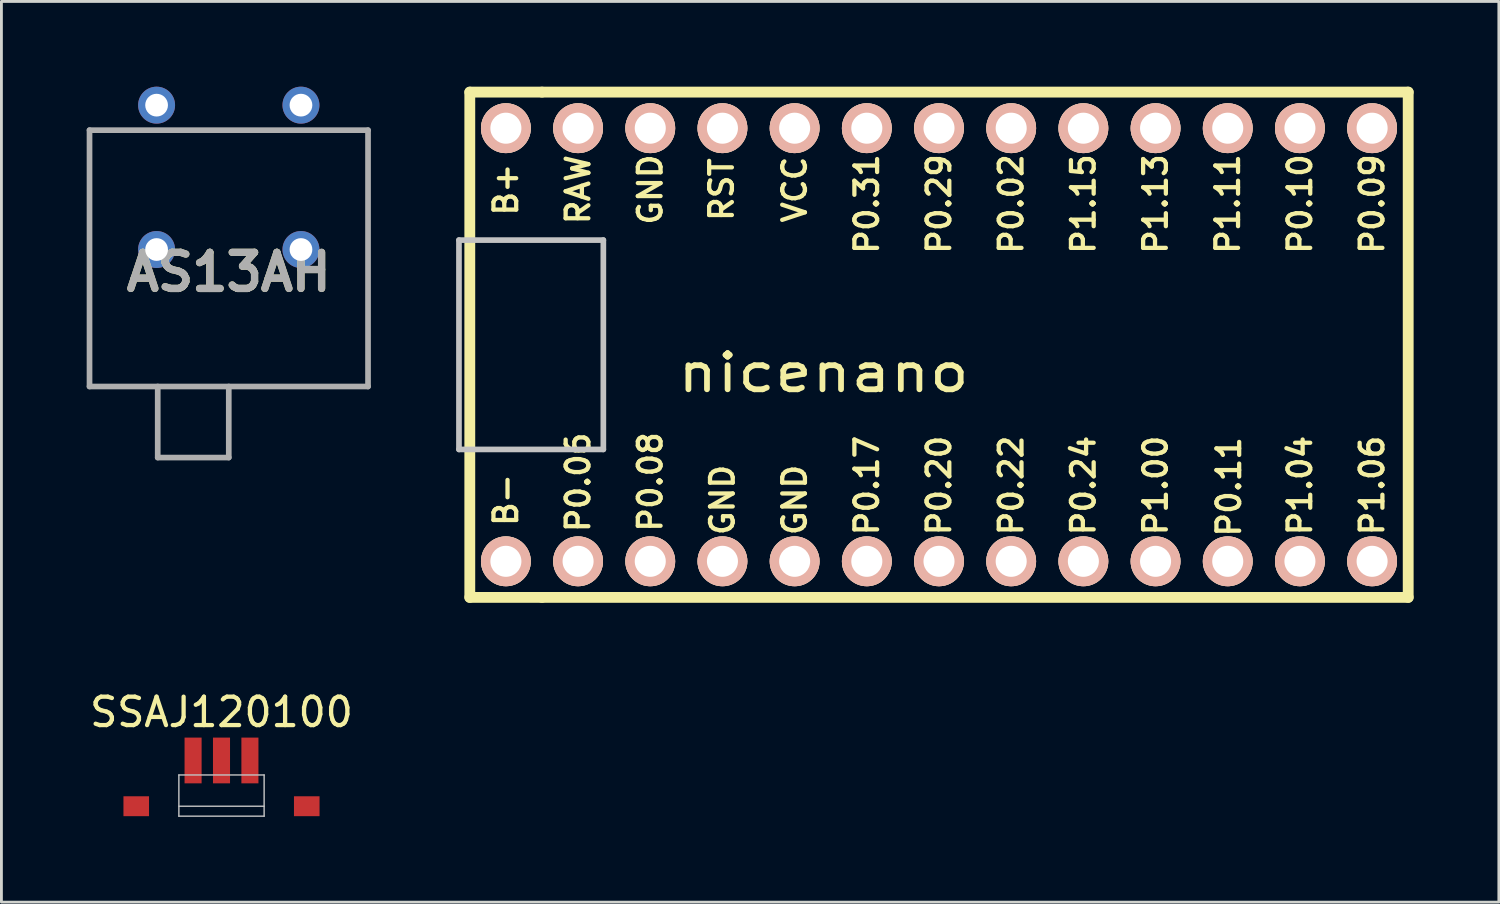
<source format=kicad_pcb>
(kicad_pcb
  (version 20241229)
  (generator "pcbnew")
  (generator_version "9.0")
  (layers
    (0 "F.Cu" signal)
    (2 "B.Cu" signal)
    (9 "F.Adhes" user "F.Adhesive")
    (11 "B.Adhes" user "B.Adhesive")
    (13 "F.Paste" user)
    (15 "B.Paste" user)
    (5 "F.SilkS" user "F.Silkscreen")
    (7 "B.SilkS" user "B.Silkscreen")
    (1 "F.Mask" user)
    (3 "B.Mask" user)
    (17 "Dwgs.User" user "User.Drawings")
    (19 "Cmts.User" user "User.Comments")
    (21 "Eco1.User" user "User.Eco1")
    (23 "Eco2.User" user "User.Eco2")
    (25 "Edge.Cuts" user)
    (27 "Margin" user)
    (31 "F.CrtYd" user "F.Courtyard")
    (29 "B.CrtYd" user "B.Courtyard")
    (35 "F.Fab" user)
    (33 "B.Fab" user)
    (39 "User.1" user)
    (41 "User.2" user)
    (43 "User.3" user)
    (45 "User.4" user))
  (footprint "nicenano"
    (layer "F.Cu")
    (at 31.261 9.081)
    (property "Reference" "nicenano" (at -5.334 0.99 0) (layer "F.SilkS") (effects (font (size 1.27 1.524) (thickness 0.203))))
    (attr through_hole)
    (fp_line (start -17.78 -8.89) (end -17.78 8.89) (stroke (width 0.381) (type solid)) (layer "F.SilkS"))
    (fp_line (start -17.78 8.89) (end -15.24 8.89) (stroke (width 0.381) (type solid)) (layer "F.SilkS"))
    (fp_line (start -15.24 -8.89) (end -17.78 -8.89) (stroke (width 0.381) (type solid)) (layer "F.SilkS"))
    (fp_line (start -15.24 8.89) (end 15.24 8.89) (stroke (width 0.381) (type solid)) (layer "F.SilkS"))
    (fp_line (start 15.24 -8.89) (end -15.24 -8.89) (stroke (width 0.381) (type solid)) (layer "F.SilkS"))
    (fp_line (start 15.24 8.89) (end 15.24 -8.89) (stroke (width 0.381) (type solid)) (layer "F.SilkS"))
    (fp_line (start -18.161 -3.683) (end -13.081 -3.683) (stroke (width 0.2) (type solid)) (layer "Dwgs.User"))
    (fp_line (start -18.161 3.683) (end -18.161 -3.683) (stroke (width 0.2) (type solid)) (layer "Dwgs.User"))
    (fp_line (start -13.081 -3.683) (end -13.081 3.683) (stroke (width 0.2) (type solid)) (layer "Dwgs.User"))
    (fp_line (start -13.081 3.683) (end -18.161 3.683) (stroke (width 0.2) (type solid)) (layer "Dwgs.User"))
    (fp_text user "P0.09" (at 13.97 -4.953 90) (layer "F.SilkS") (effects (font (size 0.8 0.8) (thickness 0.15))))
    (fp_text user "P0.08" (at -11.43 4.826 90) (layer "F.SilkS") (effects (font (size 0.8 0.8) (thickness 0.15))))
    (fp_text user "P0.31" (at -3.81 -4.953 90) (layer "F.SilkS") (effects (font (size 0.8 0.8) (thickness 0.15))))
    (fp_text user "P0.29" (at -1.27 -4.953 90) (layer "F.SilkS") (effects (font (size 0.8 0.8) (thickness 0.15))))
    (fp_text user "P0.24" (at 3.81 4.953 90) (layer "F.SilkS") (effects (font (size 0.8 0.8) (thickness 0.15))))
    (fp_text user "B-" (at -16.51 5.461 90) (layer "F.SilkS") (effects (font (size 0.8 0.8) (thickness 0.15))))
    (fp_text user "P1.15" (at 3.81 -4.953 90) (layer "F.SilkS") (effects (font (size 0.8 0.8) (thickness 0.15))))
    (fp_text user "P0.02" (at 1.27 -4.953 90) (layer "F.SilkS") (effects (font (size 0.8 0.8) (thickness 0.15))))
    (fp_text user "P0.20" (at -1.27 4.953 90) (layer "F.SilkS") (effects (font (size 0.8 0.8) (thickness 0.15))))
    (fp_text user "P0.22" (at 1.27 4.953 90) (layer "F.SilkS") (effects (font (size 0.8 0.8) (thickness 0.15))))
    (fp_text user "P0.11" (at 8.93 5 270) (layer "F.SilkS") (effects (font (size 0.8 0.8) (thickness 0.15))))
    (fp_text user "P0.17" (at -3.81 4.953 90) (layer "F.SilkS") (effects (font (size 0.8 0.8) (thickness 0.15))))
    (fp_text user "P0.06" (at -13.97 4.842 90) (layer "F.SilkS") (effects (font (size 0.8 0.8) (thickness 0.15))))
    (fp_text user "B+" (at -16.51 -5.461 90) (layer "F.SilkS") (effects (font (size 0.8 0.8) (thickness 0.15))))
    (fp_text user "P0.10" (at 11.43 -4.953 90) (layer "F.SilkS") (effects (font (size 0.8 0.8) (thickness 0.15))))
    (fp_text user "P1.04" (at 11.43 4.953 90) (layer "F.SilkS") (effects (font (size 0.8 0.8) (thickness 0.15))))
    (fp_text user "VCC" (at -6.35 -5.461 90) (layer "F.SilkS") (effects (font (size 0.8 0.8) (thickness 0.15))))
    (fp_text user "P1.13" (at 6.35 -4.953 90) (layer "F.SilkS") (effects (font (size 0.8 0.8) (thickness 0.15))))
    (fp_text user "P1.06" (at 13.97 4.953 90) (layer "F.SilkS") (effects (font (size 0.8 0.8) (thickness 0.15))))
    (fp_text user "GND" (at -6.35 5.461 90) (layer "F.SilkS") (effects (font (size 0.8 0.8) (thickness 0.15))))
    (fp_text user "P1.11" (at 8.89 -4.953 90) (layer "F.SilkS") (effects (font (size 0.8 0.8) (thickness 0.15))))
    (fp_text user "RAW" (at -13.97 -5.461 90) (layer "F.SilkS") (effects (font (size 0.8 0.8) (thickness 0.15))))
    (fp_text user "P1.00" (at 6.35 4.953 90) (layer "F.SilkS") (effects (font (size 0.8 0.8) (thickness 0.15))))
    (fp_text user "GND" (at -8.89 5.461 90) (layer "F.SilkS") (effects (font (size 0.8 0.8) (thickness 0.15))))
    (fp_text user "GND" (at -11.43 -5.461 90) (layer "F.SilkS") (effects (font (size 0.8 0.8) (thickness 0.15))))
    (fp_text user "RST" (at -8.92 -5.461 90) (layer "F.SilkS") (effects (font (size 0.8 0.8) (thickness 0.15))))
    (pad "1" thru_hole circle (at -13.97 7.62) (size 1.753 1.753) (drill 1.092) (layers "*.Cu" "*.SilkS" "*.Mask"))
    (pad "2" thru_hole circle (at -11.43 7.62) (size 1.753 1.753) (drill 1.092) (layers "*.Cu" "*.SilkS" "*.Mask"))
    (pad "3" thru_hole circle (at -8.89 7.62) (size 1.753 1.753) (drill 1.092) (layers "*.Cu" "*.SilkS" "*.Mask"))
    (pad "4" thru_hole circle (at -6.35 7.62) (size 1.753 1.753) (drill 1.092) (layers "*.Cu" "*.SilkS" "*.Mask"))
    (pad "5" thru_hole circle (at -3.81 7.62) (size 1.753 1.753) (drill 1.092) (layers "*.Cu" "*.SilkS" "*.Mask"))
    (pad "6" thru_hole circle (at -1.27 7.62) (size 1.753 1.753) (drill 1.092) (layers "*.Cu" "*.SilkS" "*.Mask"))
    (pad "7" thru_hole circle (at 1.27 7.62) (size 1.753 1.753) (drill 1.092) (layers "*.Cu" "*.SilkS" "*.Mask"))
    (pad "8" thru_hole circle (at 3.81 7.62) (size 1.753 1.753) (drill 1.092) (layers "*.Cu" "*.SilkS" "*.Mask"))
    (pad "9" thru_hole circle (at 6.35 7.62) (size 1.753 1.753) (drill 1.092) (layers "*.Cu" "*.SilkS" "*.Mask"))
    (pad "10" thru_hole circle (at 8.89 7.62) (size 1.753 1.753) (drill 1.092) (layers "*.Cu" "*.SilkS" "*.Mask"))
    (pad "11" thru_hole circle (at 11.43 7.62) (size 1.753 1.753) (drill 1.092) (layers "*.Cu" "*.SilkS" "*.Mask"))
    (pad "12" thru_hole circle (at 13.97 7.62) (size 1.753 1.753) (drill 1.092) (layers "*.Cu" "*.SilkS" "*.Mask"))
    (pad "13" thru_hole circle (at 13.97 -7.62) (size 1.753 1.753) (drill 1.092) (layers "*.Cu" "*.SilkS" "*.Mask"))
    (pad "14" thru_hole circle (at 11.43 -7.62) (size 1.753 1.753) (drill 1.092) (layers "*.Cu" "*.SilkS" "*.Mask"))
    (pad "15" thru_hole circle (at 8.89 -7.62) (size 1.753 1.753) (drill 1.092) (layers "*.Cu" "*.SilkS" "*.Mask"))
    (pad "16" thru_hole circle (at 6.35 -7.62) (size 1.753 1.753) (drill 1.092) (layers "*.Cu" "*.SilkS" "*.Mask"))
    (pad "17" thru_hole circle (at 3.81 -7.62) (size 1.753 1.753) (drill 1.092) (layers "*.Cu" "*.SilkS" "*.Mask"))
    (pad "18" thru_hole circle (at 1.27 -7.62) (size 1.753 1.753) (drill 1.092) (layers "*.Cu" "*.SilkS" "*.Mask"))
    (pad "19" thru_hole circle (at -1.27 -7.62) (size 1.753 1.753) (drill 1.092) (layers "*.Cu" "*.SilkS" "*.Mask"))
    (pad "20" thru_hole circle (at -3.81 -7.62) (size 1.753 1.753) (drill 1.092) (layers "*.Cu" "*.SilkS" "*.Mask"))
    (pad "21" thru_hole circle (at -6.35 -7.62) (size 1.753 1.753) (drill 1.092) (layers "*.Cu" "*.SilkS" "*.Mask"))
    (pad "22" thru_hole circle (at -8.89 -7.62) (size 1.753 1.753) (drill 1.092) (layers "*.Cu" "*.SilkS" "*.Mask"))
    (pad "23" thru_hole circle (at -11.43 -7.62) (size 1.753 1.753) (drill 1.092) (layers "*.Cu" "*.SilkS" "*.Mask"))
    (pad "24" thru_hole circle (at -13.97 -7.62) (size 1.753 1.753) (drill 1.092) (layers "*.Cu" "*.SilkS" "*.Mask"))
    (pad "25" thru_hole circle (at -16.51 -7.62) (size 1.753 1.753) (drill 1.092) (layers "*.Cu" "*.SilkS" "*.Mask"))
    (pad "26" thru_hole circle (at -16.51 7.62) (size 1.753 1.753) (drill 1.092) (layers "*.Cu" "*.SilkS" "*.Mask")))
  (footprint "SSAJ120100"
    (layer "F.Cu")
    (at 4.744 25.319)
    (property "Reference" "SSAJ120100" (at 0 -3.31 0) (layer "F.SilkS") (effects (font (size 1 1) (thickness 0.15))))
    (attr through_hole)
    (fp_line (start -1.5 -1.1) (end -1.5 0.35) (stroke (width 0.05) (type solid)) (layer "Dwgs.User"))
    (fp_line (start -1.5 -1.1) (end 1.5 -1.1) (stroke (width 0.05) (type solid)) (layer "Dwgs.User"))
    (fp_line (start -1.5 0) (end 1.5 0) (stroke (width 0.05) (type solid)) (layer "Dwgs.User"))
    (fp_line (start -1.5 0.35) (end 1.5 0.35) (stroke (width 0.05) (type solid)) (layer "Dwgs.User"))
    (fp_line (start 1.5 -1.1) (end 1.5 0.35) (stroke (width 0.05) (type solid)) (layer "Dwgs.User"))
    (pad "1" smd rect (at -1 -1.61) (size 0.6 1.61) (layers "F.Cu" "F.Mask" "F.Paste"))
    (pad "2" smd rect (at 0 -1.61) (size 0.6 1.61) (layers "F.Cu" "F.Mask" "F.Paste"))
    (pad "3" smd rect (at 1 -1.61) (size 0.6 1.61) (layers "F.Cu" "F.Mask" "F.Paste"))
    (pad "4" smd rect (at -3 0) (size 0.9 0.7) (layers "F.Cu" "F.Mask" "F.Paste"))
    (pad "5" smd rect (at 3 0) (size 0.9 0.7) (layers "F.Cu" "F.Mask" "F.Paste")))
  (footprint "AS13AH"
    (layer "F.Cu")
    (at 2.46 0.65)
    (property "Reference" "AS13AH" (at 2.54 5.875 0) (layer "F.SilkS") (effects (font (size 1.27 1.27) (thickness 0.254))))
    (attr through_hole)
    (fp_line (start -2.36 0.88) (end 7.44 0.88) (stroke (width 0.1) (type solid)) (layer "F.SilkS"))
    (fp_line (start -2.36 9.9) (end -2.36 0.88) (stroke (width 0.1) (type solid)) (layer "F.SilkS"))
    (fp_line (start 7.44 0.88) (end 7.44 9.9) (stroke (width 0.1) (type solid)) (layer "F.SilkS"))
    (fp_line (start 7.44 9.9) (end -2.36 9.9) (stroke (width 0.1) (type solid)) (layer "F.SilkS"))
    (fp_line (start -2.36 0.88) (end 7.44 0.88) (stroke (width 0.2) (type solid)) (layer "F.Fab"))
    (fp_line (start -2.36 9.9) (end -2.36 0.88) (stroke (width 0.2) (type solid)) (layer "F.Fab"))
    (fp_line (start 0.04 12.4) (end 0.04 9.9) (stroke (width 0.2) (type solid)) (layer "F.Fab"))
    (fp_line (start 2.54 9.9) (end 2.54 12.4) (stroke (width 0.2) (type solid)) (layer "F.Fab"))
    (fp_line (start 2.54 12.4) (end 0.04 12.4) (stroke (width 0.2) (type solid)) (layer "F.Fab"))
    (fp_line (start 7.44 0.88) (end 7.44 9.9) (stroke (width 0.2) (type solid)) (layer "F.Fab"))
    (fp_line (start 7.44 9.9) (end -2.36 9.9) (stroke (width 0.2) (type solid)) (layer "F.Fab"))
    (fp_text user "${REFERENCE}" (at 2.54 5.875 0) (layer "F.Fab") (effects (font (size 1.27 1.27) (thickness 0.254))))
    (pad "1" thru_hole circle (at 0 0) (size 1.3 1.3) (drill 0.8) (layers "*.Cu" "*.Mask"))
    (pad "3" thru_hole circle (at 5.08 0) (size 1.3 1.3) (drill 0.8) (layers "*.Cu" "*.Mask"))
    (pad "MH1" thru_hole circle (at 0 5.08) (size 1.3 1.3) (drill 0.8) (layers "*.Cu" "*.Mask"))
    (pad "MH2" thru_hole circle (at 5.08 5.08) (size 1.3 1.3) (drill 0.8) (layers "*.Cu" "*.Mask")))
  (gr_rect
    (start -3 -3)
    (end 49.691 28.694)
    (stroke (width 0.1) (type default))
    (fill no)
    (layer "Edge.Cuts")))
</source>
